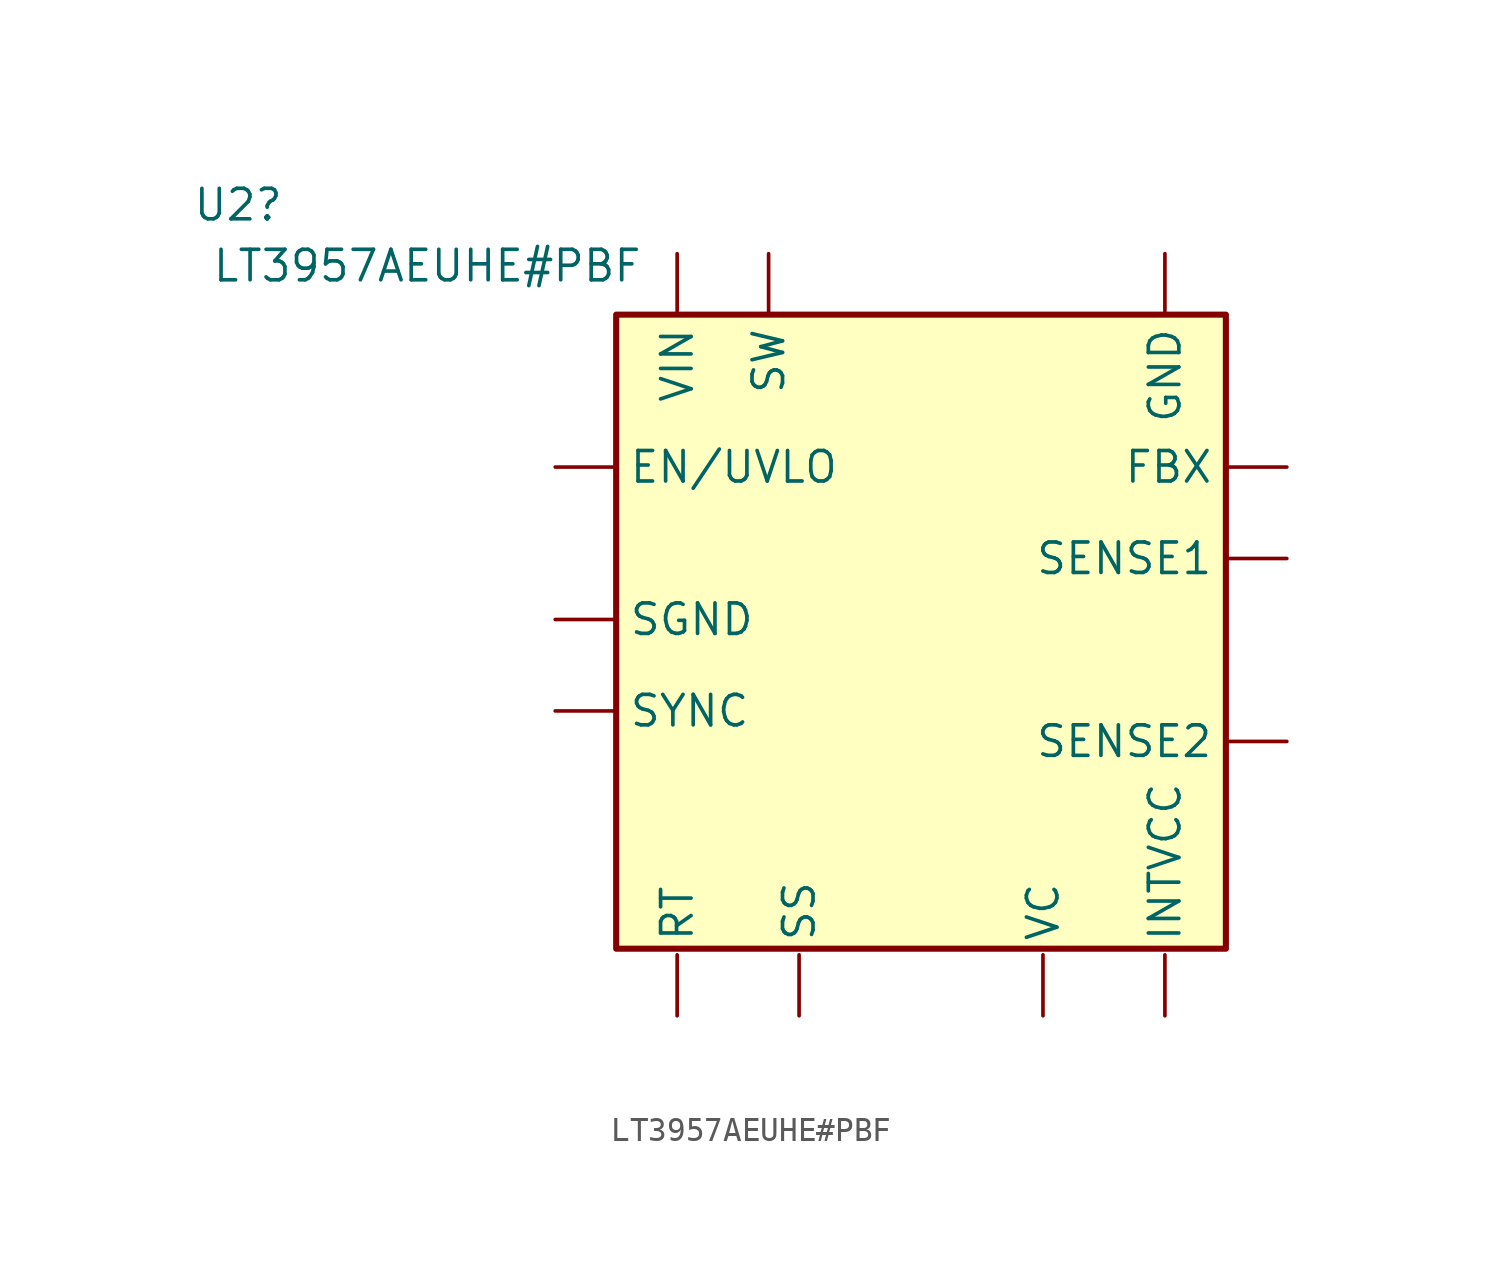
<source format=kicad_sym>
(kicad_symbol_lib
  (version 20231120)
  (generator "kicad_symbol_editor")
  (generator_version "8.0")
  (symbol "LT3957AEUHE#PBF"
    (pin_numbers hide)
    (property "Reference" "U2"
      (at -10.668 7.112 0)
      (effects (font (size 1.27 1.27))))
    (property "Value" "LT3957AEUHE#PBF"
      (at -2.794 4.572 0)
      (effects (font (size 1.27 1.27))))
    (symbol "LT3957AEUHE#PBF_1_1"
      (rectangle (start 5.08 2.54) (end 30.48 -23.876) (stroke (width 0.254) (type default)) (fill (type background)))
      (pin passive line (at 2.54 -17.78 0) (length 2.54) hide (name "NC" (effects (font (size 1.27 1.27)))) (number "1" (effects (font (size 1.27 1.27)))))
      (pin passive line (at 2.54 -17.78 0) (length 2.54) hide (name "NC" (effects (font (size 1.27 1.27)))) (number "10" (effects (font (size 1.27 1.27)))))
      (pin passive line (at 27.94 5.08 270) (length 2.54) (name "GND" (effects (font (size 1.27 1.27)))) (number "12" (effects (font (size 1.27 1.27)))))
      (pin passive line (at 27.94 5.08 270) (length 2.54) hide (name "GND" (effects (font (size 1.27 1.27)))) (number "13" (effects (font (size 1.27 1.27)))))
      (pin passive line (at 27.94 5.08 270) (length 2.54) hide (name "GND" (effects (font (size 1.27 1.27)))) (number "14" (effects (font (size 1.27 1.27)))))
      (pin passive line (at 27.94 5.08 270) (length 2.54) hide (name "GND" (effects (font (size 1.27 1.27)))) (number "15" (effects (font (size 1.27 1.27)))))
      (pin passive line (at 27.94 5.08 270) (length 2.54) hide (name "GND" (effects (font (size 1.27 1.27)))) (number "16" (effects (font (size 1.27 1.27)))))
      (pin passive line (at 27.94 5.08 270) (length 2.54) hide (name "GND" (effects (font (size 1.27 1.27)))) (number "17" (effects (font (size 1.27 1.27)))))
      (pin passive line (at 2.54 -17.78 0) (length 2.54) hide (name "NC" (effects (font (size 1.27 1.27)))) (number "2" (effects (font (size 1.27 1.27)))))
      (pin passive line (at 11.43 5.08 270) (length 2.54) hide (name "SW" (effects (font (size 1.27 1.27)))) (number "20" (effects (font (size 1.27 1.27)))))
      (pin passive line (at 11.43 5.08 270) (length 2.54) hide (name "SW" (effects (font (size 1.27 1.27)))) (number "21" (effects (font (size 1.27 1.27)))))
      (pin passive line (at 2.54 -10.16 0) (length 2.54) hide (name "SGND" (effects (font (size 1.27 1.27)))) (number "23" (effects (font (size 1.27 1.27)))))
      (pin passive line (at 2.54 -10.16 0) (length 2.54) hide (name "SGND" (effects (font (size 1.27 1.27)))) (number "24" (effects (font (size 1.27 1.27)))))
      (pin passive line (at 2.54 -3.81 0) (length 2.54) (name "EN/UVLO" (effects (font (size 1.27 1.27)))) (number "25" (effects (font (size 1.27 1.27)))))
      (pin passive line (at 7.62 5.08 270) (length 2.54) (name "VIN" (effects (font (size 1.27 1.27)))) (number "27" (effects (font (size 1.27 1.27)))))
      (pin passive line (at 27.94 -26.67 90) (length 2.54) (name "INTVCC" (effects (font (size 1.27 1.27)))) (number "28" (effects (font (size 1.27 1.27)))))
      (pin passive line (at 33.02 -15.24 180) (length 2.54) (name "SENSE2" (effects (font (size 1.27 1.27)))) (number "3" (effects (font (size 1.27 1.27)))))
      (pin passive line (at 22.86 -26.67 90) (length 2.54) (name "VC" (effects (font (size 1.27 1.27)))) (number "30" (effects (font (size 1.27 1.27)))))
      (pin passive line (at 33.02 -3.81 180) (length 2.54) (name "FBX" (effects (font (size 1.27 1.27)))) (number "31" (effects (font (size 1.27 1.27)))))
      (pin passive line (at 12.7 -26.67 90) (length 2.54) (name "SS" (effects (font (size 1.27 1.27)))) (number "32" (effects (font (size 1.27 1.27)))))
      (pin passive line (at 7.62 -26.67 90) (length 2.54) (name "RT" (effects (font (size 1.27 1.27)))) (number "33" (effects (font (size 1.27 1.27)))))
      (pin passive line (at 2.54 -13.97 0) (length 2.54) (name "SYNC" (effects (font (size 1.27 1.27)))) (number "34" (effects (font (size 1.27 1.27)))))
      (pin passive line (at 2.54 -17.78 0) (length 2.54) hide (name "NC" (effects (font (size 1.27 1.27)))) (number "35" (effects (font (size 1.27 1.27)))))
      (pin passive line (at 2.54 -17.78 0) (length 2.54) hide (name "NC" (effects (font (size 1.27 1.27)))) (number "36" (effects (font (size 1.27 1.27)))))
      (pin passive line (at 2.54 -10.16 0) (length 2.54) hide (name "SGND" (effects (font (size 1.27 1.27)))) (number "37" (effects (font (size 1.27 1.27)))))
      (pin passive line (at 11.43 5.08 270) (length 2.54) hide (name "SW" (effects (font (size 1.27 1.27)))) (number "38" (effects (font (size 1.27 1.27)))))
      (pin passive line (at 2.54 -10.16 0) (length 2.54) (name "SGND" (effects (font (size 1.27 1.27)))) (number "4" (effects (font (size 1.27 1.27)))))
      (pin passive line (at 33.02 -7.62 180) (length 2.54) (name "SENSE1" (effects (font (size 1.27 1.27)))) (number "6" (effects (font (size 1.27 1.27)))))
      (pin passive line (at 11.43 5.08 270) (length 2.54) (name "SW" (effects (font (size 1.27 1.27)))) (number "8" (effects (font (size 1.27 1.27)))))
      (pin passive line (at 11.43 5.08 270) (length 2.54) hide (name "SW" (effects (font (size 1.27 1.27)))) (number "9" (effects (font (size 1.27 1.27))))))))
</source>
